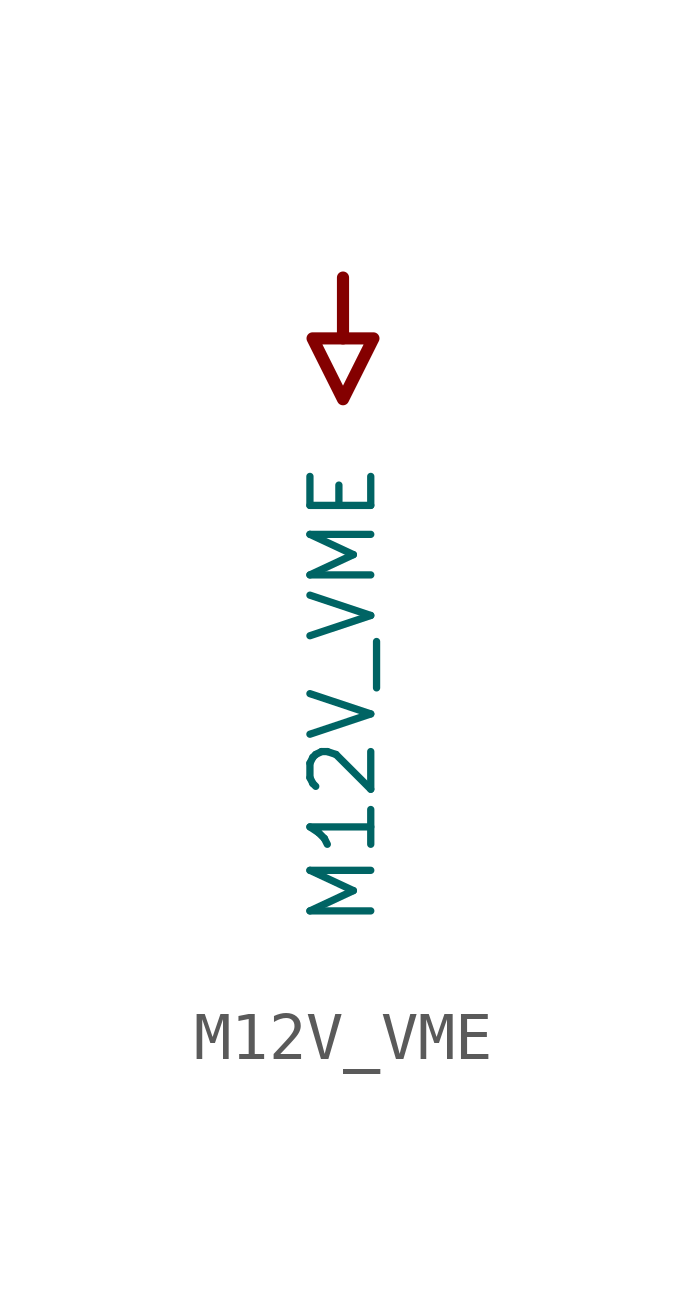
<source format=kicad_sym>
(kicad_symbol_lib
  (version 20231120)
  (generator "kicad_symbol_editor")
  (generator_version "8.0")
  (symbol "M12V_VME"
    (power)
    (property "Reference" "#PWR0667"
      (at 0 0 0)
      (effects (font (size 1.27 1.27)) (hide yes)))
    (property "Value" "M12V_VME"
      (at 0 -3.81 90)
      (effects (font (size 1.27 1.27)) (justify right)))
    (symbol "M12V_VME_0_0"
      (polyline (pts (xy 0 0) (xy 0 -1.27)) (stroke (width 0.254) (type solid)) (fill (type none)))
      (polyline (pts (xy -0.635 -1.27) (xy 0.635 -1.27) (xy 0 -2.54) (xy -0.635 -1.27)) (stroke (width 0.254) (type solid)) (fill (type none)))
      (pin power_in line (at 0 0 0) (length 0) hide (name "M12V_VME" (effects (font (size 1.27 1.27)))) (number "" (effects (font (size 1.27 1.27))))))))
</source>
